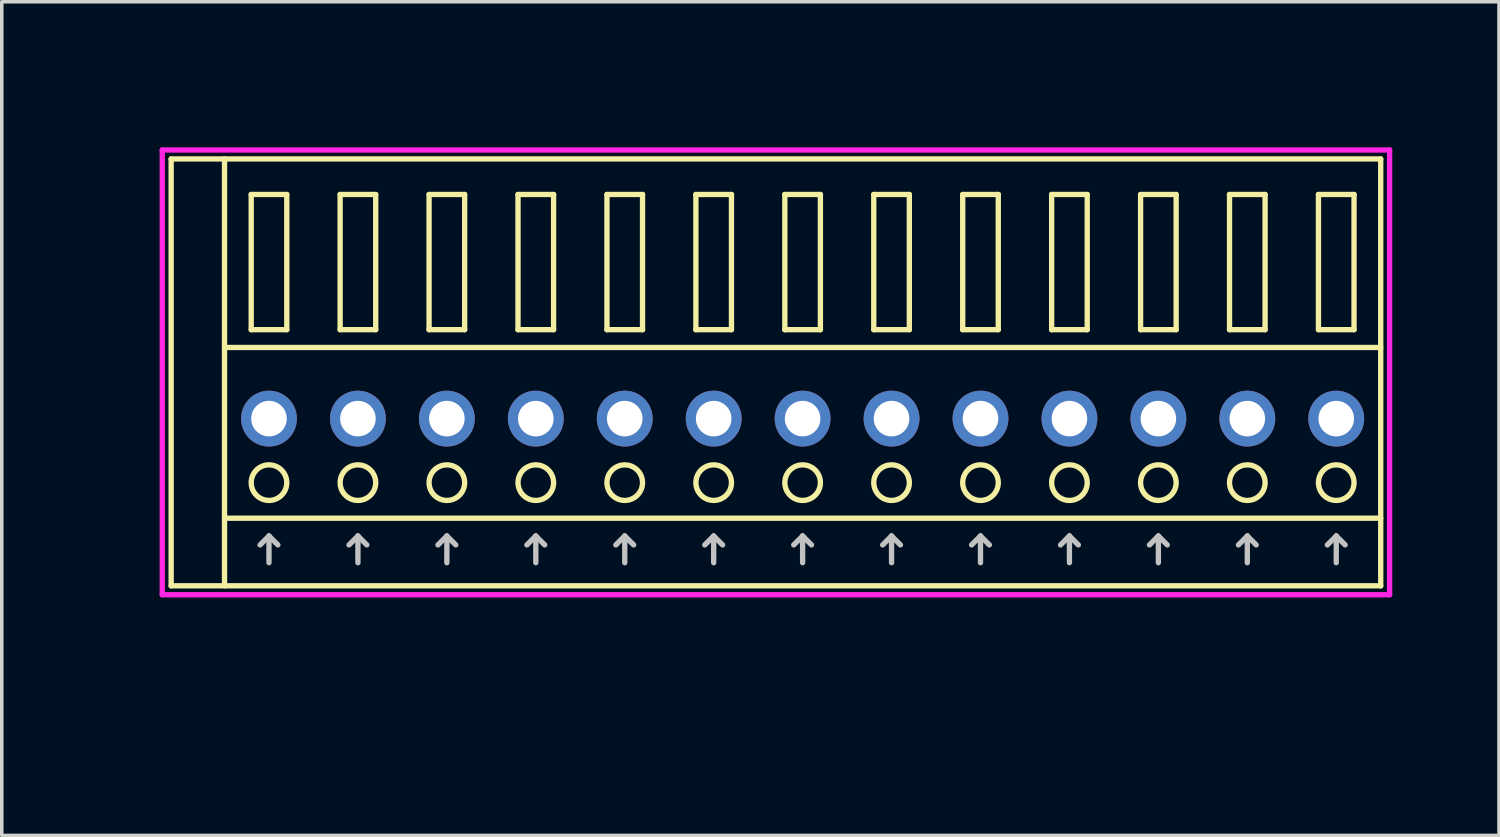
<source format=kicad_pcb>
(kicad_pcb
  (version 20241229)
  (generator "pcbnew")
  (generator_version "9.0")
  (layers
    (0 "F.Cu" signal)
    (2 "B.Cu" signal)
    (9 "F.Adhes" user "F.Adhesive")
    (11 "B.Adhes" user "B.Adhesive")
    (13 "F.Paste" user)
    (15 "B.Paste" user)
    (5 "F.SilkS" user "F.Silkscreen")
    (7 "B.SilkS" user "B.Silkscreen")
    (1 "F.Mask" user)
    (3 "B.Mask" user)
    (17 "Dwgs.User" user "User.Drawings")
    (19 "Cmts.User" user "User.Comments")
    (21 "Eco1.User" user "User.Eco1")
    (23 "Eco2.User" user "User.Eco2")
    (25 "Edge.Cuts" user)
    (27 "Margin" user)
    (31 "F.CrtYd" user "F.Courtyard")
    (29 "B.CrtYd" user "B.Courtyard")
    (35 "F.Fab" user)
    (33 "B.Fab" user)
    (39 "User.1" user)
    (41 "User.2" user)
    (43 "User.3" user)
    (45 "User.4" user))
  (footprint "COMBICON_HDR250P13"
    (layer "F.Cu")
    (at 19.511 8.717)
    (property "Reference" "COMBICON_HDR250P13" (at -18.75 0 90) (layer "User.1") (effects (font (size 1 1) (thickness 0.1))))
    (attr through_hole)
    (fp_line (start -17.75 -7.3) (end -17.75 4.7) (stroke (width 0.15) (type solid)) (layer "F.SilkS"))
    (fp_line (start -17.75 4.7) (end 16.25 4.7) (stroke (width 0.15) (type solid)) (layer "F.SilkS"))
    (fp_line (start -16.25 -2) (end 16.25 -2) (stroke (width 0.15) (type solid)) (layer "F.SilkS"))
    (fp_line (start -16.25 2.8) (end 16.25 2.8) (stroke (width 0.15) (type solid)) (layer "F.SilkS"))
    (fp_line (start -16.25 4.7) (end -16.25 -7.3) (stroke (width 0.15) (type solid)) (layer "F.SilkS"))
    (fp_line (start -15.5 -6.3) (end -15.5 -2.5) (stroke (width 0.15) (type solid)) (layer "F.SilkS"))
    (fp_line (start -15.5 -2.5) (end -14.5 -2.5) (stroke (width 0.15) (type solid)) (layer "F.SilkS"))
    (fp_line (start -14.5 -6.3) (end -15.5 -6.3) (stroke (width 0.15) (type solid)) (layer "F.SilkS"))
    (fp_line (start -14.5 -2.5) (end -14.5 -6.3) (stroke (width 0.15) (type solid)) (layer "F.SilkS"))
    (fp_line (start -13 -6.3) (end -13 -2.5) (stroke (width 0.15) (type solid)) (layer "F.SilkS"))
    (fp_line (start -13 -2.5) (end -12 -2.5) (stroke (width 0.15) (type solid)) (layer "F.SilkS"))
    (fp_line (start -12 -6.3) (end -13 -6.3) (stroke (width 0.15) (type solid)) (layer "F.SilkS"))
    (fp_line (start -12 -2.5) (end -12 -6.3) (stroke (width 0.15) (type solid)) (layer "F.SilkS"))
    (fp_line (start -10.5 -6.3) (end -10.5 -2.5) (stroke (width 0.15) (type solid)) (layer "F.SilkS"))
    (fp_line (start -10.5 -2.5) (end -9.5 -2.5) (stroke (width 0.15) (type solid)) (layer "F.SilkS"))
    (fp_line (start -9.5 -6.3) (end -10.5 -6.3) (stroke (width 0.15) (type solid)) (layer "F.SilkS"))
    (fp_line (start -9.5 -2.5) (end -9.5 -6.3) (stroke (width 0.15) (type solid)) (layer "F.SilkS"))
    (fp_line (start -8 -6.3) (end -8 -2.5) (stroke (width 0.15) (type solid)) (layer "F.SilkS"))
    (fp_line (start -8 -2.5) (end -7 -2.5) (stroke (width 0.15) (type solid)) (layer "F.SilkS"))
    (fp_line (start -7 -6.3) (end -8 -6.3) (stroke (width 0.15) (type solid)) (layer "F.SilkS"))
    (fp_line (start -7 -2.5) (end -7 -6.3) (stroke (width 0.15) (type solid)) (layer "F.SilkS"))
    (fp_line (start -5.5 -6.3) (end -5.5 -2.5) (stroke (width 0.15) (type solid)) (layer "F.SilkS"))
    (fp_line (start -5.5 -2.5) (end -4.5 -2.5) (stroke (width 0.15) (type solid)) (layer "F.SilkS"))
    (fp_line (start -4.5 -6.3) (end -5.5 -6.3) (stroke (width 0.15) (type solid)) (layer "F.SilkS"))
    (fp_line (start -4.5 -2.5) (end -4.5 -6.3) (stroke (width 0.15) (type solid)) (layer "F.SilkS"))
    (fp_line (start -3 -6.3) (end -3 -2.5) (stroke (width 0.15) (type solid)) (layer "F.SilkS"))
    (fp_line (start -3 -2.5) (end -2 -2.5) (stroke (width 0.15) (type solid)) (layer "F.SilkS"))
    (fp_line (start -2 -6.3) (end -3 -6.3) (stroke (width 0.15) (type solid)) (layer "F.SilkS"))
    (fp_line (start -2 -2.5) (end -2 -6.3) (stroke (width 0.15) (type solid)) (layer "F.SilkS"))
    (fp_line (start -0.5 -6.3) (end -0.5 -2.5) (stroke (width 0.15) (type solid)) (layer "F.SilkS"))
    (fp_line (start -0.5 -2.5) (end 0.5 -2.5) (stroke (width 0.15) (type solid)) (layer "F.SilkS"))
    (fp_line (start 0.5 -6.3) (end -0.5 -6.3) (stroke (width 0.15) (type solid)) (layer "F.SilkS"))
    (fp_line (start 0.5 -2.5) (end 0.5 -6.3) (stroke (width 0.15) (type solid)) (layer "F.SilkS"))
    (fp_line (start 2 -6.3) (end 2 -2.5) (stroke (width 0.15) (type solid)) (layer "F.SilkS"))
    (fp_line (start 2 -2.5) (end 3 -2.5) (stroke (width 0.15) (type solid)) (layer "F.SilkS"))
    (fp_line (start 3 -6.3) (end 2 -6.3) (stroke (width 0.15) (type solid)) (layer "F.SilkS"))
    (fp_line (start 3 -2.5) (end 3 -6.3) (stroke (width 0.15) (type solid)) (layer "F.SilkS"))
    (fp_line (start 4.5 -6.3) (end 4.5 -2.5) (stroke (width 0.15) (type solid)) (layer "F.SilkS"))
    (fp_line (start 4.5 -2.5) (end 5.5 -2.5) (stroke (width 0.15) (type solid)) (layer "F.SilkS"))
    (fp_line (start 5.5 -6.3) (end 4.5 -6.3) (stroke (width 0.15) (type solid)) (layer "F.SilkS"))
    (fp_line (start 5.5 -2.5) (end 5.5 -6.3) (stroke (width 0.15) (type solid)) (layer "F.SilkS"))
    (fp_line (start 7 -6.3) (end 7 -2.5) (stroke (width 0.15) (type solid)) (layer "F.SilkS"))
    (fp_line (start 7 -2.5) (end 8 -2.5) (stroke (width 0.15) (type solid)) (layer "F.SilkS"))
    (fp_line (start 8 -6.3) (end 7 -6.3) (stroke (width 0.15) (type solid)) (layer "F.SilkS"))
    (fp_line (start 8 -2.5) (end 8 -6.3) (stroke (width 0.15) (type solid)) (layer "F.SilkS"))
    (fp_line (start 9.5 -6.3) (end 9.5 -2.5) (stroke (width 0.15) (type solid)) (layer "F.SilkS"))
    (fp_line (start 9.5 -2.5) (end 10.5 -2.5) (stroke (width 0.15) (type solid)) (layer "F.SilkS"))
    (fp_line (start 10.5 -6.3) (end 9.5 -6.3) (stroke (width 0.15) (type solid)) (layer "F.SilkS"))
    (fp_line (start 10.5 -2.5) (end 10.5 -6.3) (stroke (width 0.15) (type solid)) (layer "F.SilkS"))
    (fp_line (start 12 -6.3) (end 12 -2.5) (stroke (width 0.15) (type solid)) (layer "F.SilkS"))
    (fp_line (start 12 -2.5) (end 13 -2.5) (stroke (width 0.15) (type solid)) (layer "F.SilkS"))
    (fp_line (start 13 -6.3) (end 12 -6.3) (stroke (width 0.15) (type solid)) (layer "F.SilkS"))
    (fp_line (start 13 -2.5) (end 13 -6.3) (stroke (width 0.15) (type solid)) (layer "F.SilkS"))
    (fp_line (start 14.5 -6.3) (end 14.5 -2.5) (stroke (width 0.15) (type solid)) (layer "F.SilkS"))
    (fp_line (start 14.5 -2.5) (end 15.5 -2.5) (stroke (width 0.15) (type solid)) (layer "F.SilkS"))
    (fp_line (start 15.5 -6.3) (end 14.5 -6.3) (stroke (width 0.15) (type solid)) (layer "F.SilkS"))
    (fp_line (start 15.5 -2.5) (end 15.5 -6.3) (stroke (width 0.15) (type solid)) (layer "F.SilkS"))
    (fp_line (start 16.25 -7.3) (end -17.75 -7.3) (stroke (width 0.15) (type solid)) (layer "F.SilkS"))
    (fp_line (start 16.25 4.7) (end 16.25 -7.3) (stroke (width 0.15) (type solid)) (layer "F.SilkS"))
    (fp_circle (center -15 1.8) (end -14.5 1.8) (stroke (width 0.15) (type solid)) (fill no) (layer "F.SilkS"))
    (fp_circle (center -12.5 1.8) (end -12 1.8) (stroke (width 0.15) (type solid)) (fill no) (layer "F.SilkS"))
    (fp_circle (center -10 1.8) (end -9.5 1.8) (stroke (width 0.15) (type solid)) (fill no) (layer "F.SilkS"))
    (fp_circle (center -7.5 1.8) (end -7 1.8) (stroke (width 0.15) (type solid)) (fill no) (layer "F.SilkS"))
    (fp_circle (center -5 1.8) (end -4.5 1.8) (stroke (width 0.15) (type solid)) (fill no) (layer "F.SilkS"))
    (fp_circle (center -2.5 1.8) (end -2 1.8) (stroke (width 0.15) (type solid)) (fill no) (layer "F.SilkS"))
    (fp_circle (center 0 1.8) (end 0.5 1.8) (stroke (width 0.15) (type solid)) (fill no) (layer "F.SilkS"))
    (fp_circle (center 2.5 1.8) (end 3 1.8) (stroke (width 0.15) (type solid)) (fill no) (layer "F.SilkS"))
    (fp_circle (center 5 1.8) (end 5.5 1.8) (stroke (width 0.15) (type solid)) (fill no) (layer "F.SilkS"))
    (fp_circle (center 7.5 1.8) (end 8 1.8) (stroke (width 0.15) (type solid)) (fill no) (layer "F.SilkS"))
    (fp_circle (center 10 1.8) (end 10.5 1.8) (stroke (width 0.15) (type solid)) (fill no) (layer "F.SilkS"))
    (fp_circle (center 12.5 1.8) (end 13 1.8) (stroke (width 0.15) (type solid)) (fill no) (layer "F.SilkS"))
    (fp_circle (center 15 1.8) (end 15.5 1.8) (stroke (width 0.15) (type solid)) (fill no) (layer "F.SilkS"))
    (fp_line (start -15.25 3.55) (end -15 3.3) (stroke (width 0.15) (type solid)) (layer "Dwgs.User"))
    (fp_line (start -15 4.05) (end -15 3.3) (stroke (width 0.15) (type solid)) (layer "Dwgs.User"))
    (fp_line (start -14.75 3.55) (end -15 3.3) (stroke (width 0.15) (type solid)) (layer "Dwgs.User"))
    (fp_line (start -12.75 3.55) (end -12.5 3.3) (stroke (width 0.15) (type solid)) (layer "Dwgs.User"))
    (fp_line (start -12.5 4.05) (end -12.5 3.3) (stroke (width 0.15) (type solid)) (layer "Dwgs.User"))
    (fp_line (start -12.25 3.55) (end -12.5 3.3) (stroke (width 0.15) (type solid)) (layer "Dwgs.User"))
    (fp_line (start -10.25 3.55) (end -10 3.3) (stroke (width 0.15) (type solid)) (layer "Dwgs.User"))
    (fp_line (start -10 4.05) (end -10 3.3) (stroke (width 0.15) (type solid)) (layer "Dwgs.User"))
    (fp_line (start -9.75 3.55) (end -10 3.3) (stroke (width 0.15) (type solid)) (layer "Dwgs.User"))
    (fp_line (start -7.75 3.55) (end -7.5 3.3) (stroke (width 0.15) (type solid)) (layer "Dwgs.User"))
    (fp_line (start -7.5 4.05) (end -7.5 3.3) (stroke (width 0.15) (type solid)) (layer "Dwgs.User"))
    (fp_line (start -7.25 3.55) (end -7.5 3.3) (stroke (width 0.15) (type solid)) (layer "Dwgs.User"))
    (fp_line (start -5.25 3.55) (end -5 3.3) (stroke (width 0.15) (type solid)) (layer "Dwgs.User"))
    (fp_line (start -5 4.05) (end -5 3.3) (stroke (width 0.15) (type solid)) (layer "Dwgs.User"))
    (fp_line (start -4.75 3.55) (end -5 3.3) (stroke (width 0.15) (type solid)) (layer "Dwgs.User"))
    (fp_line (start -2.75 3.55) (end -2.5 3.3) (stroke (width 0.15) (type solid)) (layer "Dwgs.User"))
    (fp_line (start -2.5 4.05) (end -2.5 3.3) (stroke (width 0.15) (type solid)) (layer "Dwgs.User"))
    (fp_line (start -2.25 3.55) (end -2.5 3.3) (stroke (width 0.15) (type solid)) (layer "Dwgs.User"))
    (fp_line (start -0.25 3.55) (end 0 3.3) (stroke (width 0.15) (type solid)) (layer "Dwgs.User"))
    (fp_line (start 0 4.05) (end 0 3.3) (stroke (width 0.15) (type solid)) (layer "Dwgs.User"))
    (fp_line (start 0.25 3.55) (end 0 3.3) (stroke (width 0.15) (type solid)) (layer "Dwgs.User"))
    (fp_line (start 2.25 3.55) (end 2.5 3.3) (stroke (width 0.15) (type solid)) (layer "Dwgs.User"))
    (fp_line (start 2.5 4.05) (end 2.5 3.3) (stroke (width 0.15) (type solid)) (layer "Dwgs.User"))
    (fp_line (start 2.75 3.55) (end 2.5 3.3) (stroke (width 0.15) (type solid)) (layer "Dwgs.User"))
    (fp_line (start 4.75 3.55) (end 5 3.3) (stroke (width 0.15) (type solid)) (layer "Dwgs.User"))
    (fp_line (start 5 4.05) (end 5 3.3) (stroke (width 0.15) (type solid)) (layer "Dwgs.User"))
    (fp_line (start 5.25 3.55) (end 5 3.3) (stroke (width 0.15) (type solid)) (layer "Dwgs.User"))
    (fp_line (start 7.25 3.55) (end 7.5 3.3) (stroke (width 0.15) (type solid)) (layer "Dwgs.User"))
    (fp_line (start 7.5 4.05) (end 7.5 3.3) (stroke (width 0.15) (type solid)) (layer "Dwgs.User"))
    (fp_line (start 7.75 3.55) (end 7.5 3.3) (stroke (width 0.15) (type solid)) (layer "Dwgs.User"))
    (fp_line (start 9.75 3.55) (end 10 3.3) (stroke (width 0.15) (type solid)) (layer "Dwgs.User"))
    (fp_line (start 10 4.05) (end 10 3.3) (stroke (width 0.15) (type solid)) (layer "Dwgs.User"))
    (fp_line (start 10.25 3.55) (end 10 3.3) (stroke (width 0.15) (type solid)) (layer "Dwgs.User"))
    (fp_line (start 12.25 3.55) (end 12.5 3.3) (stroke (width 0.15) (type solid)) (layer "Dwgs.User"))
    (fp_line (start 12.5 4.05) (end 12.5 3.3) (stroke (width 0.15) (type solid)) (layer "Dwgs.User"))
    (fp_line (start 12.75 3.55) (end 12.5 3.3) (stroke (width 0.15) (type solid)) (layer "Dwgs.User"))
    (fp_line (start 14.75 3.55) (end 15 3.3) (stroke (width 0.15) (type solid)) (layer "Dwgs.User"))
    (fp_line (start 15 4.05) (end 15 3.3) (stroke (width 0.15) (type solid)) (layer "Dwgs.User"))
    (fp_line (start 15.25 3.55) (end 15 3.3) (stroke (width 0.15) (type solid)) (layer "Dwgs.User"))
    (fp_line (start -18 -7.55) (end -18 4.95) (stroke (width 0.15) (type solid)) (layer "F.CrtYd"))
    (fp_line (start -18 4.95) (end 16.5 4.95) (stroke (width 0.15) (type solid)) (layer "F.CrtYd"))
    (fp_line (start 16.5 -7.55) (end -18 -7.55) (stroke (width 0.15) (type solid)) (layer "F.CrtYd"))
    (fp_line (start 16.5 4.95) (end 16.5 -7.55) (stroke (width 0.15) (type solid)) (layer "F.CrtYd"))
    (pad "1" thru_hole oval (at -15 0) (size 1.57 1.57) (drill 1) (layers "*.Cu" "*.Mask"))
    (pad "2" thru_hole oval (at -12.5 0) (size 1.57 1.57) (drill 1) (layers "*.Cu" "*.Mask"))
    (pad "3" thru_hole oval (at -10 0) (size 1.57 1.57) (drill 1) (layers "*.Cu" "*.Mask"))
    (pad "4" thru_hole oval (at -7.5 0) (size 1.57 1.57) (drill 1) (layers "*.Cu" "*.Mask"))
    (pad "5" thru_hole oval (at -5 0) (size 1.57 1.57) (drill 1) (layers "*.Cu" "*.Mask"))
    (pad "6" thru_hole oval (at -2.5 0) (size 1.57 1.57) (drill 1) (layers "*.Cu" "*.Mask"))
    (pad "7" thru_hole oval (at 0 0) (size 1.57 1.57) (drill 1) (layers "*.Cu" "*.Mask"))
    (pad "8" thru_hole oval (at 2.5 0) (size 1.57 1.57) (drill 1) (layers "*.Cu" "*.Mask"))
    (pad "9" thru_hole oval (at 5 0) (size 1.57 1.57) (drill 1) (layers "*.Cu" "*.Mask"))
    (pad "10" thru_hole oval (at 7.5 0) (size 1.57 1.57) (drill 1) (layers "*.Cu" "*.Mask"))
    (pad "11" thru_hole oval (at 10 0) (size 1.57 1.57) (drill 1) (layers "*.Cu" "*.Mask"))
    (pad "12" thru_hole oval (at 12.5 0) (size 1.57 1.57) (drill 1) (layers "*.Cu" "*.Mask"))
    (pad "13" thru_hole oval (at 15 0) (size 1.57 1.57) (drill 1) (layers "*.Cu" "*.Mask")))
  (gr_rect
    (start -3 -3)
    (end 39.086 20.433)
    (stroke (width 0.1) (type default))
    (fill no)
    (layer "Edge.Cuts")))
</source>
